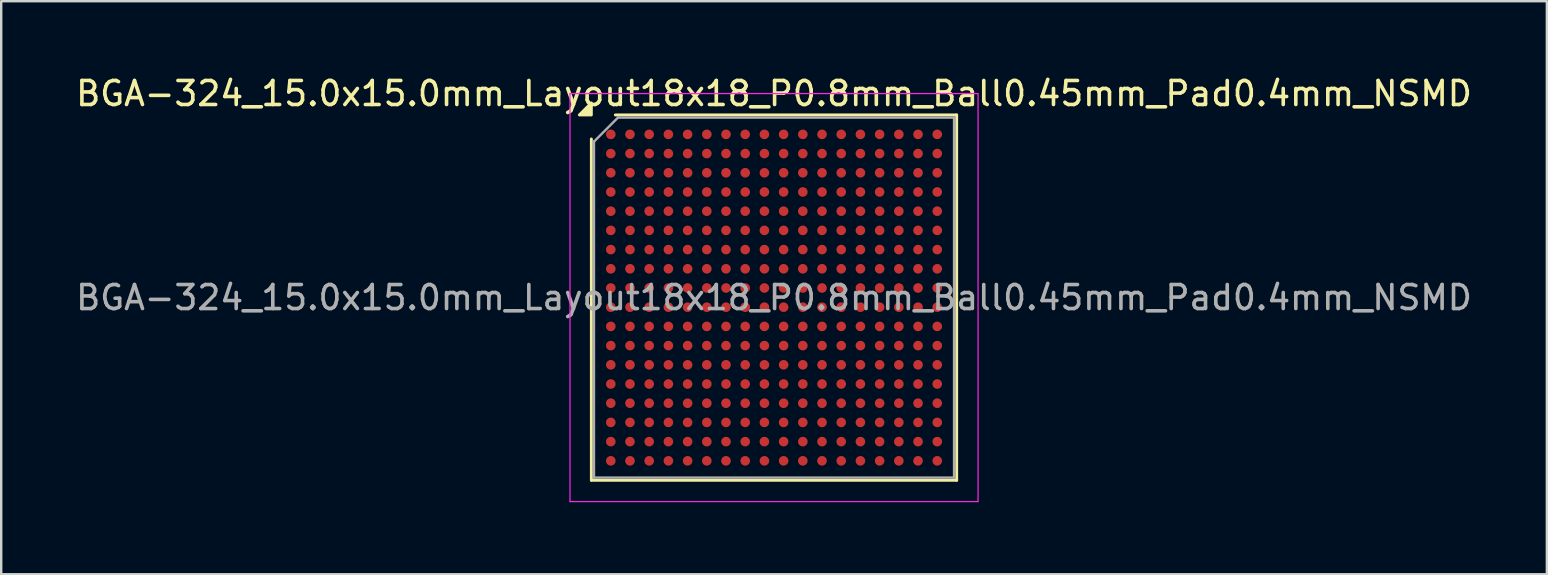
<source format=kicad_pcb>
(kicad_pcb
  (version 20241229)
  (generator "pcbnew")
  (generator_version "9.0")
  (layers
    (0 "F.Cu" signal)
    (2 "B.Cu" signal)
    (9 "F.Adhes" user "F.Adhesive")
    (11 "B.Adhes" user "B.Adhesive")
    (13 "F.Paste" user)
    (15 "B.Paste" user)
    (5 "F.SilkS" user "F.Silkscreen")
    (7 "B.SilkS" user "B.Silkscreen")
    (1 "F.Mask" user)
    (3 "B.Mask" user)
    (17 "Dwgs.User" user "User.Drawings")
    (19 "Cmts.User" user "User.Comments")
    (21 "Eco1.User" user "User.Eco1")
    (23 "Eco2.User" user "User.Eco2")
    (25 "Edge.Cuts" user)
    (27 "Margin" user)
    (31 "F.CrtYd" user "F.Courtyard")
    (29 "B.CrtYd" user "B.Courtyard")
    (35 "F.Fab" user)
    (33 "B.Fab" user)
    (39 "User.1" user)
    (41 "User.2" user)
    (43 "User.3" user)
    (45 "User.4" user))
  (footprint "BGA-324_15.0x15.0mm_Layout18x18_P0.8mm_Ball0.45mm_Pad0.4mm_NSMD"
    (layer "F.Cu")
    (at 29.196 9.348)
    (property "Reference" "BGA-324_15.0x15.0mm_Layout18x18_P0.8mm_Ball0.45mm_Pad0.4mm_NSMD" (at 0 -8.5 0) (layer "F.SilkS") (effects (font (size 1 1) (thickness 0.15))))
    (attr smd)
    (fp_line (start -7.61 7.61) (end -7.61 -6.61) (stroke (width 0.12) (type solid)) (layer "F.SilkS"))
    (fp_line (start -6.61 -7.61) (end 7.61 -7.61) (stroke (width 0.12) (type solid)) (layer "F.SilkS"))
    (fp_line (start 7.61 -7.61) (end 7.61 7.61) (stroke (width 0.12) (type solid)) (layer "F.SilkS"))
    (fp_line (start 7.61 7.61) (end -7.61 7.61) (stroke (width 0.12) (type solid)) (layer "F.SilkS"))
    (fp_poly (pts (xy -7.61 -7.61) (xy -8.11 -7.61) (xy -7.61 -8.11) (xy -7.61 -7.61)) (stroke (width 0.12) (type solid)) (fill yes) (layer "F.SilkS"))
    (fp_line (start -8.5 -8.5) (end -8.5 8.5) (stroke (width 0.05) (type solid)) (layer "F.CrtYd"))
    (fp_line (start -8.5 8.5) (end 8.5 8.5) (stroke (width 0.05) (type solid)) (layer "F.CrtYd"))
    (fp_line (start 8.5 -8.5) (end -8.5 -8.5) (stroke (width 0.05) (type solid)) (layer "F.CrtYd"))
    (fp_line (start 8.5 8.5) (end 8.5 -8.5) (stroke (width 0.05) (type solid)) (layer "F.CrtYd"))
    (fp_line (start -7.5 -6.5) (end -6.5 -7.5) (stroke (width 0.1) (type solid)) (layer "F.Fab"))
    (fp_line (start -7.5 7.5) (end -7.5 -6.5) (stroke (width 0.1) (type solid)) (layer "F.Fab"))
    (fp_line (start -6.5 -7.5) (end 7.5 -7.5) (stroke (width 0.1) (type solid)) (layer "F.Fab"))
    (fp_line (start 7.5 -7.5) (end 7.5 7.5) (stroke (width 0.1) (type solid)) (layer "F.Fab"))
    (fp_line (start 7.5 7.5) (end -7.5 7.5) (stroke (width 0.1) (type solid)) (layer "F.Fab"))
    (fp_text user "${REFERENCE}" (at 0 0 0) (layer "F.Fab") (effects (font (size 1 1) (thickness 0.15))))
    (pad "A1" smd circle (at -6.8 -6.8) (size 0.4 0.4) (property pad_prop_bga) (layers "F.Cu" "F.Mask" "F.Paste"))
    (pad "A2" smd circle (at -6 -6.8) (size 0.4 0.4) (property pad_prop_bga) (layers "F.Cu" "F.Mask" "F.Paste"))
    (pad "A3" smd circle (at -5.2 -6.8) (size 0.4 0.4) (property pad_prop_bga) (layers "F.Cu" "F.Mask" "F.Paste"))
    (pad "A4" smd circle (at -4.4 -6.8) (size 0.4 0.4) (property pad_prop_bga) (layers "F.Cu" "F.Mask" "F.Paste"))
    (pad "A5" smd circle (at -3.6 -6.8) (size 0.4 0.4) (property pad_prop_bga) (layers "F.Cu" "F.Mask" "F.Paste"))
    (pad "A6" smd circle (at -2.8 -6.8) (size 0.4 0.4) (property pad_prop_bga) (layers "F.Cu" "F.Mask" "F.Paste"))
    (pad "A7" smd circle (at -2 -6.8) (size 0.4 0.4) (property pad_prop_bga) (layers "F.Cu" "F.Mask" "F.Paste"))
    (pad "A8" smd circle (at -1.2 -6.8) (size 0.4 0.4) (property pad_prop_bga) (layers "F.Cu" "F.Mask" "F.Paste"))
    (pad "A9" smd circle (at -0.4 -6.8) (size 0.4 0.4) (property pad_prop_bga) (layers "F.Cu" "F.Mask" "F.Paste"))
    (pad "A10" smd circle (at 0.4 -6.8) (size 0.4 0.4) (property pad_prop_bga) (layers "F.Cu" "F.Mask" "F.Paste"))
    (pad "A11" smd circle (at 1.2 -6.8) (size 0.4 0.4) (property pad_prop_bga) (layers "F.Cu" "F.Mask" "F.Paste"))
    (pad "A12" smd circle (at 2 -6.8) (size 0.4 0.4) (property pad_prop_bga) (layers "F.Cu" "F.Mask" "F.Paste"))
    (pad "A13" smd circle (at 2.8 -6.8) (size 0.4 0.4) (property pad_prop_bga) (layers "F.Cu" "F.Mask" "F.Paste"))
    (pad "A14" smd circle (at 3.6 -6.8) (size 0.4 0.4) (property pad_prop_bga) (layers "F.Cu" "F.Mask" "F.Paste"))
    (pad "A15" smd circle (at 4.4 -6.8) (size 0.4 0.4) (property pad_prop_bga) (layers "F.Cu" "F.Mask" "F.Paste"))
    (pad "A16" smd circle (at 5.2 -6.8) (size 0.4 0.4) (property pad_prop_bga) (layers "F.Cu" "F.Mask" "F.Paste"))
    (pad "A17" smd circle (at 6 -6.8) (size 0.4 0.4) (property pad_prop_bga) (layers "F.Cu" "F.Mask" "F.Paste"))
    (pad "A18" smd circle (at 6.8 -6.8) (size 0.4 0.4) (property pad_prop_bga) (layers "F.Cu" "F.Mask" "F.Paste"))
    (pad "B1" smd circle (at -6.8 -6) (size 0.4 0.4) (property pad_prop_bga) (layers "F.Cu" "F.Mask" "F.Paste"))
    (pad "B2" smd circle (at -6 -6) (size 0.4 0.4) (property pad_prop_bga) (layers "F.Cu" "F.Mask" "F.Paste"))
    (pad "B3" smd circle (at -5.2 -6) (size 0.4 0.4) (property pad_prop_bga) (layers "F.Cu" "F.Mask" "F.Paste"))
    (pad "B4" smd circle (at -4.4 -6) (size 0.4 0.4) (property pad_prop_bga) (layers "F.Cu" "F.Mask" "F.Paste"))
    (pad "B5" smd circle (at -3.6 -6) (size 0.4 0.4) (property pad_prop_bga) (layers "F.Cu" "F.Mask" "F.Paste"))
    (pad "B6" smd circle (at -2.8 -6) (size 0.4 0.4) (property pad_prop_bga) (layers "F.Cu" "F.Mask" "F.Paste"))
    (pad "B7" smd circle (at -2 -6) (size 0.4 0.4) (property pad_prop_bga) (layers "F.Cu" "F.Mask" "F.Paste"))
    (pad "B8" smd circle (at -1.2 -6) (size 0.4 0.4) (property pad_prop_bga) (layers "F.Cu" "F.Mask" "F.Paste"))
    (pad "B9" smd circle (at -0.4 -6) (size 0.4 0.4) (property pad_prop_bga) (layers "F.Cu" "F.Mask" "F.Paste"))
    (pad "B10" smd circle (at 0.4 -6) (size 0.4 0.4) (property pad_prop_bga) (layers "F.Cu" "F.Mask" "F.Paste"))
    (pad "B11" smd circle (at 1.2 -6) (size 0.4 0.4) (property pad_prop_bga) (layers "F.Cu" "F.Mask" "F.Paste"))
    (pad "B12" smd circle (at 2 -6) (size 0.4 0.4) (property pad_prop_bga) (layers "F.Cu" "F.Mask" "F.Paste"))
    (pad "B13" smd circle (at 2.8 -6) (size 0.4 0.4) (property pad_prop_bga) (layers "F.Cu" "F.Mask" "F.Paste"))
    (pad "B14" smd circle (at 3.6 -6) (size 0.4 0.4) (property pad_prop_bga) (layers "F.Cu" "F.Mask" "F.Paste"))
    (pad "B15" smd circle (at 4.4 -6) (size 0.4 0.4) (property pad_prop_bga) (layers "F.Cu" "F.Mask" "F.Paste"))
    (pad "B16" smd circle (at 5.2 -6) (size 0.4 0.4) (property pad_prop_bga) (layers "F.Cu" "F.Mask" "F.Paste"))
    (pad "B17" smd circle (at 6 -6) (size 0.4 0.4) (property pad_prop_bga) (layers "F.Cu" "F.Mask" "F.Paste"))
    (pad "B18" smd circle (at 6.8 -6) (size 0.4 0.4) (property pad_prop_bga) (layers "F.Cu" "F.Mask" "F.Paste"))
    (pad "C1" smd circle (at -6.8 -5.2) (size 0.4 0.4) (property pad_prop_bga) (layers "F.Cu" "F.Mask" "F.Paste"))
    (pad "C2" smd circle (at -6 -5.2) (size 0.4 0.4) (property pad_prop_bga) (layers "F.Cu" "F.Mask" "F.Paste"))
    (pad "C3" smd circle (at -5.2 -5.2) (size 0.4 0.4) (property pad_prop_bga) (layers "F.Cu" "F.Mask" "F.Paste"))
    (pad "C4" smd circle (at -4.4 -5.2) (size 0.4 0.4) (property pad_prop_bga) (layers "F.Cu" "F.Mask" "F.Paste"))
    (pad "C5" smd circle (at -3.6 -5.2) (size 0.4 0.4) (property pad_prop_bga) (layers "F.Cu" "F.Mask" "F.Paste"))
    (pad "C6" smd circle (at -2.8 -5.2) (size 0.4 0.4) (property pad_prop_bga) (layers "F.Cu" "F.Mask" "F.Paste"))
    (pad "C7" smd circle (at -2 -5.2) (size 0.4 0.4) (property pad_prop_bga) (layers "F.Cu" "F.Mask" "F.Paste"))
    (pad "C8" smd circle (at -1.2 -5.2) (size 0.4 0.4) (property pad_prop_bga) (layers "F.Cu" "F.Mask" "F.Paste"))
    (pad "C9" smd circle (at -0.4 -5.2) (size 0.4 0.4) (property pad_prop_bga) (layers "F.Cu" "F.Mask" "F.Paste"))
    (pad "C10" smd circle (at 0.4 -5.2) (size 0.4 0.4) (property pad_prop_bga) (layers "F.Cu" "F.Mask" "F.Paste"))
    (pad "C11" smd circle (at 1.2 -5.2) (size 0.4 0.4) (property pad_prop_bga) (layers "F.Cu" "F.Mask" "F.Paste"))
    (pad "C12" smd circle (at 2 -5.2) (size 0.4 0.4) (property pad_prop_bga) (layers "F.Cu" "F.Mask" "F.Paste"))
    (pad "C13" smd circle (at 2.8 -5.2) (size 0.4 0.4) (property pad_prop_bga) (layers "F.Cu" "F.Mask" "F.Paste"))
    (pad "C14" smd circle (at 3.6 -5.2) (size 0.4 0.4) (property pad_prop_bga) (layers "F.Cu" "F.Mask" "F.Paste"))
    (pad "C15" smd circle (at 4.4 -5.2) (size 0.4 0.4) (property pad_prop_bga) (layers "F.Cu" "F.Mask" "F.Paste"))
    (pad "C16" smd circle (at 5.2 -5.2) (size 0.4 0.4) (property pad_prop_bga) (layers "F.Cu" "F.Mask" "F.Paste"))
    (pad "C17" smd circle (at 6 -5.2) (size 0.4 0.4) (property pad_prop_bga) (layers "F.Cu" "F.Mask" "F.Paste"))
    (pad "C18" smd circle (at 6.8 -5.2) (size 0.4 0.4) (property pad_prop_bga) (layers "F.Cu" "F.Mask" "F.Paste"))
    (pad "D1" smd circle (at -6.8 -4.4) (size 0.4 0.4) (property pad_prop_bga) (layers "F.Cu" "F.Mask" "F.Paste"))
    (pad "D2" smd circle (at -6 -4.4) (size 0.4 0.4) (property pad_prop_bga) (layers "F.Cu" "F.Mask" "F.Paste"))
    (pad "D3" smd circle (at -5.2 -4.4) (size 0.4 0.4) (property pad_prop_bga) (layers "F.Cu" "F.Mask" "F.Paste"))
    (pad "D4" smd circle (at -4.4 -4.4) (size 0.4 0.4) (property pad_prop_bga) (layers "F.Cu" "F.Mask" "F.Paste"))
    (pad "D5" smd circle (at -3.6 -4.4) (size 0.4 0.4) (property pad_prop_bga) (layers "F.Cu" "F.Mask" "F.Paste"))
    (pad "D6" smd circle (at -2.8 -4.4) (size 0.4 0.4) (property pad_prop_bga) (layers "F.Cu" "F.Mask" "F.Paste"))
    (pad "D7" smd circle (at -2 -4.4) (size 0.4 0.4) (property pad_prop_bga) (layers "F.Cu" "F.Mask" "F.Paste"))
    (pad "D8" smd circle (at -1.2 -4.4) (size 0.4 0.4) (property pad_prop_bga) (layers "F.Cu" "F.Mask" "F.Paste"))
    (pad "D9" smd circle (at -0.4 -4.4) (size 0.4 0.4) (property pad_prop_bga) (layers "F.Cu" "F.Mask" "F.Paste"))
    (pad "D10" smd circle (at 0.4 -4.4) (size 0.4 0.4) (property pad_prop_bga) (layers "F.Cu" "F.Mask" "F.Paste"))
    (pad "D11" smd circle (at 1.2 -4.4) (size 0.4 0.4) (property pad_prop_bga) (layers "F.Cu" "F.Mask" "F.Paste"))
    (pad "D12" smd circle (at 2 -4.4) (size 0.4 0.4) (property pad_prop_bga) (layers "F.Cu" "F.Mask" "F.Paste"))
    (pad "D13" smd circle (at 2.8 -4.4) (size 0.4 0.4) (property pad_prop_bga) (layers "F.Cu" "F.Mask" "F.Paste"))
    (pad "D14" smd circle (at 3.6 -4.4) (size 0.4 0.4) (property pad_prop_bga) (layers "F.Cu" "F.Mask" "F.Paste"))
    (pad "D15" smd circle (at 4.4 -4.4) (size 0.4 0.4) (property pad_prop_bga) (layers "F.Cu" "F.Mask" "F.Paste"))
    (pad "D16" smd circle (at 5.2 -4.4) (size 0.4 0.4) (property pad_prop_bga) (layers "F.Cu" "F.Mask" "F.Paste"))
    (pad "D17" smd circle (at 6 -4.4) (size 0.4 0.4) (property pad_prop_bga) (layers "F.Cu" "F.Mask" "F.Paste"))
    (pad "D18" smd circle (at 6.8 -4.4) (size 0.4 0.4) (property pad_prop_bga) (layers "F.Cu" "F.Mask" "F.Paste"))
    (pad "E1" smd circle (at -6.8 -3.6) (size 0.4 0.4) (property pad_prop_bga) (layers "F.Cu" "F.Mask" "F.Paste"))
    (pad "E2" smd circle (at -6 -3.6) (size 0.4 0.4) (property pad_prop_bga) (layers "F.Cu" "F.Mask" "F.Paste"))
    (pad "E3" smd circle (at -5.2 -3.6) (size 0.4 0.4) (property pad_prop_bga) (layers "F.Cu" "F.Mask" "F.Paste"))
    (pad "E4" smd circle (at -4.4 -3.6) (size 0.4 0.4) (property pad_prop_bga) (layers "F.Cu" "F.Mask" "F.Paste"))
    (pad "E5" smd circle (at -3.6 -3.6) (size 0.4 0.4) (property pad_prop_bga) (layers "F.Cu" "F.Mask" "F.Paste"))
    (pad "E6" smd circle (at -2.8 -3.6) (size 0.4 0.4) (property pad_prop_bga) (layers "F.Cu" "F.Mask" "F.Paste"))
    (pad "E7" smd circle (at -2 -3.6) (size 0.4 0.4) (property pad_prop_bga) (layers "F.Cu" "F.Mask" "F.Paste"))
    (pad "E8" smd circle (at -1.2 -3.6) (size 0.4 0.4) (property pad_prop_bga) (layers "F.Cu" "F.Mask" "F.Paste"))
    (pad "E9" smd circle (at -0.4 -3.6) (size 0.4 0.4) (property pad_prop_bga) (layers "F.Cu" "F.Mask" "F.Paste"))
    (pad "E10" smd circle (at 0.4 -3.6) (size 0.4 0.4) (property pad_prop_bga) (layers "F.Cu" "F.Mask" "F.Paste"))
    (pad "E11" smd circle (at 1.2 -3.6) (size 0.4 0.4) (property pad_prop_bga) (layers "F.Cu" "F.Mask" "F.Paste"))
    (pad "E12" smd circle (at 2 -3.6) (size 0.4 0.4) (property pad_prop_bga) (layers "F.Cu" "F.Mask" "F.Paste"))
    (pad "E13" smd circle (at 2.8 -3.6) (size 0.4 0.4) (property pad_prop_bga) (layers "F.Cu" "F.Mask" "F.Paste"))
    (pad "E14" smd circle (at 3.6 -3.6) (size 0.4 0.4) (property pad_prop_bga) (layers "F.Cu" "F.Mask" "F.Paste"))
    (pad "E15" smd circle (at 4.4 -3.6) (size 0.4 0.4) (property pad_prop_bga) (layers "F.Cu" "F.Mask" "F.Paste"))
    (pad "E16" smd circle (at 5.2 -3.6) (size 0.4 0.4) (property pad_prop_bga) (layers "F.Cu" "F.Mask" "F.Paste"))
    (pad "E17" smd circle (at 6 -3.6) (size 0.4 0.4) (property pad_prop_bga) (layers "F.Cu" "F.Mask" "F.Paste"))
    (pad "E18" smd circle (at 6.8 -3.6) (size 0.4 0.4) (property pad_prop_bga) (layers "F.Cu" "F.Mask" "F.Paste"))
    (pad "F1" smd circle (at -6.8 -2.8) (size 0.4 0.4) (property pad_prop_bga) (layers "F.Cu" "F.Mask" "F.Paste"))
    (pad "F2" smd circle (at -6 -2.8) (size 0.4 0.4) (property pad_prop_bga) (layers "F.Cu" "F.Mask" "F.Paste"))
    (pad "F3" smd circle (at -5.2 -2.8) (size 0.4 0.4) (property pad_prop_bga) (layers "F.Cu" "F.Mask" "F.Paste"))
    (pad "F4" smd circle (at -4.4 -2.8) (size 0.4 0.4) (property pad_prop_bga) (layers "F.Cu" "F.Mask" "F.Paste"))
    (pad "F5" smd circle (at -3.6 -2.8) (size 0.4 0.4) (property pad_prop_bga) (layers "F.Cu" "F.Mask" "F.Paste"))
    (pad "F6" smd circle (at -2.8 -2.8) (size 0.4 0.4) (property pad_prop_bga) (layers "F.Cu" "F.Mask" "F.Paste"))
    (pad "F7" smd circle (at -2 -2.8) (size 0.4 0.4) (property pad_prop_bga) (layers "F.Cu" "F.Mask" "F.Paste"))
    (pad "F8" smd circle (at -1.2 -2.8) (size 0.4 0.4) (property pad_prop_bga) (layers "F.Cu" "F.Mask" "F.Paste"))
    (pad "F9" smd circle (at -0.4 -2.8) (size 0.4 0.4) (property pad_prop_bga) (layers "F.Cu" "F.Mask" "F.Paste"))
    (pad "F10" smd circle (at 0.4 -2.8) (size 0.4 0.4) (property pad_prop_bga) (layers "F.Cu" "F.Mask" "F.Paste"))
    (pad "F11" smd circle (at 1.2 -2.8) (size 0.4 0.4) (property pad_prop_bga) (layers "F.Cu" "F.Mask" "F.Paste"))
    (pad "F12" smd circle (at 2 -2.8) (size 0.4 0.4) (property pad_prop_bga) (layers "F.Cu" "F.Mask" "F.Paste"))
    (pad "F13" smd circle (at 2.8 -2.8) (size 0.4 0.4) (property pad_prop_bga) (layers "F.Cu" "F.Mask" "F.Paste"))
    (pad "F14" smd circle (at 3.6 -2.8) (size 0.4 0.4) (property pad_prop_bga) (layers "F.Cu" "F.Mask" "F.Paste"))
    (pad "F15" smd circle (at 4.4 -2.8) (size 0.4 0.4) (property pad_prop_bga) (layers "F.Cu" "F.Mask" "F.Paste"))
    (pad "F16" smd circle (at 5.2 -2.8) (size 0.4 0.4) (property pad_prop_bga) (layers "F.Cu" "F.Mask" "F.Paste"))
    (pad "F17" smd circle (at 6 -2.8) (size 0.4 0.4) (property pad_prop_bga) (layers "F.Cu" "F.Mask" "F.Paste"))
    (pad "F18" smd circle (at 6.8 -2.8) (size 0.4 0.4) (property pad_prop_bga) (layers "F.Cu" "F.Mask" "F.Paste"))
    (pad "G1" smd circle (at -6.8 -2) (size 0.4 0.4) (property pad_prop_bga) (layers "F.Cu" "F.Mask" "F.Paste"))
    (pad "G2" smd circle (at -6 -2) (size 0.4 0.4) (property pad_prop_bga) (layers "F.Cu" "F.Mask" "F.Paste"))
    (pad "G3" smd circle (at -5.2 -2) (size 0.4 0.4) (property pad_prop_bga) (layers "F.Cu" "F.Mask" "F.Paste"))
    (pad "G4" smd circle (at -4.4 -2) (size 0.4 0.4) (property pad_prop_bga) (layers "F.Cu" "F.Mask" "F.Paste"))
    (pad "G5" smd circle (at -3.6 -2) (size 0.4 0.4) (property pad_prop_bga) (layers "F.Cu" "F.Mask" "F.Paste"))
    (pad "G6" smd circle (at -2.8 -2) (size 0.4 0.4) (property pad_prop_bga) (layers "F.Cu" "F.Mask" "F.Paste"))
    (pad "G7" smd circle (at -2 -2) (size 0.4 0.4) (property pad_prop_bga) (layers "F.Cu" "F.Mask" "F.Paste"))
    (pad "G8" smd circle (at -1.2 -2) (size 0.4 0.4) (property pad_prop_bga) (layers "F.Cu" "F.Mask" "F.Paste"))
    (pad "G9" smd circle (at -0.4 -2) (size 0.4 0.4) (property pad_prop_bga) (layers "F.Cu" "F.Mask" "F.Paste"))
    (pad "G10" smd circle (at 0.4 -2) (size 0.4 0.4) (property pad_prop_bga) (layers "F.Cu" "F.Mask" "F.Paste"))
    (pad "G11" smd circle (at 1.2 -2) (size 0.4 0.4) (property pad_prop_bga) (layers "F.Cu" "F.Mask" "F.Paste"))
    (pad "G12" smd circle (at 2 -2) (size 0.4 0.4) (property pad_prop_bga) (layers "F.Cu" "F.Mask" "F.Paste"))
    (pad "G13" smd circle (at 2.8 -2) (size 0.4 0.4) (property pad_prop_bga) (layers "F.Cu" "F.Mask" "F.Paste"))
    (pad "G14" smd circle (at 3.6 -2) (size 0.4 0.4) (property pad_prop_bga) (layers "F.Cu" "F.Mask" "F.Paste"))
    (pad "G15" smd circle (at 4.4 -2) (size 0.4 0.4) (property pad_prop_bga) (layers "F.Cu" "F.Mask" "F.Paste"))
    (pad "G16" smd circle (at 5.2 -2) (size 0.4 0.4) (property pad_prop_bga) (layers "F.Cu" "F.Mask" "F.Paste"))
    (pad "G17" smd circle (at 6 -2) (size 0.4 0.4) (property pad_prop_bga) (layers "F.Cu" "F.Mask" "F.Paste"))
    (pad "G18" smd circle (at 6.8 -2) (size 0.4 0.4) (property pad_prop_bga) (layers "F.Cu" "F.Mask" "F.Paste"))
    (pad "H1" smd circle (at -6.8 -1.2) (size 0.4 0.4) (property pad_prop_bga) (layers "F.Cu" "F.Mask" "F.Paste"))
    (pad "H2" smd circle (at -6 -1.2) (size 0.4 0.4) (property pad_prop_bga) (layers "F.Cu" "F.Mask" "F.Paste"))
    (pad "H3" smd circle (at -5.2 -1.2) (size 0.4 0.4) (property pad_prop_bga) (layers "F.Cu" "F.Mask" "F.Paste"))
    (pad "H4" smd circle (at -4.4 -1.2) (size 0.4 0.4) (property pad_prop_bga) (layers "F.Cu" "F.Mask" "F.Paste"))
    (pad "H5" smd circle (at -3.6 -1.2) (size 0.4 0.4) (property pad_prop_bga) (layers "F.Cu" "F.Mask" "F.Paste"))
    (pad "H6" smd circle (at -2.8 -1.2) (size 0.4 0.4) (property pad_prop_bga) (layers "F.Cu" "F.Mask" "F.Paste"))
    (pad "H7" smd circle (at -2 -1.2) (size 0.4 0.4) (property pad_prop_bga) (layers "F.Cu" "F.Mask" "F.Paste"))
    (pad "H8" smd circle (at -1.2 -1.2) (size 0.4 0.4) (property pad_prop_bga) (layers "F.Cu" "F.Mask" "F.Paste"))
    (pad "H9" smd circle (at -0.4 -1.2) (size 0.4 0.4) (property pad_prop_bga) (layers "F.Cu" "F.Mask" "F.Paste"))
    (pad "H10" smd circle (at 0.4 -1.2) (size 0.4 0.4) (property pad_prop_bga) (layers "F.Cu" "F.Mask" "F.Paste"))
    (pad "H11" smd circle (at 1.2 -1.2) (size 0.4 0.4) (property pad_prop_bga) (layers "F.Cu" "F.Mask" "F.Paste"))
    (pad "H12" smd circle (at 2 -1.2) (size 0.4 0.4) (property pad_prop_bga) (layers "F.Cu" "F.Mask" "F.Paste"))
    (pad "H13" smd circle (at 2.8 -1.2) (size 0.4 0.4) (property pad_prop_bga) (layers "F.Cu" "F.Mask" "F.Paste"))
    (pad "H14" smd circle (at 3.6 -1.2) (size 0.4 0.4) (property pad_prop_bga) (layers "F.Cu" "F.Mask" "F.Paste"))
    (pad "H15" smd circle (at 4.4 -1.2) (size 0.4 0.4) (property pad_prop_bga) (layers "F.Cu" "F.Mask" "F.Paste"))
    (pad "H16" smd circle (at 5.2 -1.2) (size 0.4 0.4) (property pad_prop_bga) (layers "F.Cu" "F.Mask" "F.Paste"))
    (pad "H17" smd circle (at 6 -1.2) (size 0.4 0.4) (property pad_prop_bga) (layers "F.Cu" "F.Mask" "F.Paste"))
    (pad "H18" smd circle (at 6.8 -1.2) (size 0.4 0.4) (property pad_prop_bga) (layers "F.Cu" "F.Mask" "F.Paste"))
    (pad "J1" smd circle (at -6.8 -0.4) (size 0.4 0.4) (property pad_prop_bga) (layers "F.Cu" "F.Mask" "F.Paste"))
    (pad "J2" smd circle (at -6 -0.4) (size 0.4 0.4) (property pad_prop_bga) (layers "F.Cu" "F.Mask" "F.Paste"))
    (pad "J3" smd circle (at -5.2 -0.4) (size 0.4 0.4) (property pad_prop_bga) (layers "F.Cu" "F.Mask" "F.Paste"))
    (pad "J4" smd circle (at -4.4 -0.4) (size 0.4 0.4) (property pad_prop_bga) (layers "F.Cu" "F.Mask" "F.Paste"))
    (pad "J5" smd circle (at -3.6 -0.4) (size 0.4 0.4) (property pad_prop_bga) (layers "F.Cu" "F.Mask" "F.Paste"))
    (pad "J6" smd circle (at -2.8 -0.4) (size 0.4 0.4) (property pad_prop_bga) (layers "F.Cu" "F.Mask" "F.Paste"))
    (pad "J7" smd circle (at -2 -0.4) (size 0.4 0.4) (property pad_prop_bga) (layers "F.Cu" "F.Mask" "F.Paste"))
    (pad "J8" smd circle (at -1.2 -0.4) (size 0.4 0.4) (property pad_prop_bga) (layers "F.Cu" "F.Mask" "F.Paste"))
    (pad "J9" smd circle (at -0.4 -0.4) (size 0.4 0.4) (property pad_prop_bga) (layers "F.Cu" "F.Mask" "F.Paste"))
    (pad "J10" smd circle (at 0.4 -0.4) (size 0.4 0.4) (property pad_prop_bga) (layers "F.Cu" "F.Mask" "F.Paste"))
    (pad "J11" smd circle (at 1.2 -0.4) (size 0.4 0.4) (property pad_prop_bga) (layers "F.Cu" "F.Mask" "F.Paste"))
    (pad "J12" smd circle (at 2 -0.4) (size 0.4 0.4) (property pad_prop_bga) (layers "F.Cu" "F.Mask" "F.Paste"))
    (pad "J13" smd circle (at 2.8 -0.4) (size 0.4 0.4) (property pad_prop_bga) (layers "F.Cu" "F.Mask" "F.Paste"))
    (pad "J14" smd circle (at 3.6 -0.4) (size 0.4 0.4) (property pad_prop_bga) (layers "F.Cu" "F.Mask" "F.Paste"))
    (pad "J15" smd circle (at 4.4 -0.4) (size 0.4 0.4) (property pad_prop_bga) (layers "F.Cu" "F.Mask" "F.Paste"))
    (pad "J16" smd circle (at 5.2 -0.4) (size 0.4 0.4) (property pad_prop_bga) (layers "F.Cu" "F.Mask" "F.Paste"))
    (pad "J17" smd circle (at 6 -0.4) (size 0.4 0.4) (property pad_prop_bga) (layers "F.Cu" "F.Mask" "F.Paste"))
    (pad "J18" smd circle (at 6.8 -0.4) (size 0.4 0.4) (property pad_prop_bga) (layers "F.Cu" "F.Mask" "F.Paste"))
    (pad "K1" smd circle (at -6.8 0.4) (size 0.4 0.4) (property pad_prop_bga) (layers "F.Cu" "F.Mask" "F.Paste"))
    (pad "K2" smd circle (at -6 0.4) (size 0.4 0.4) (property pad_prop_bga) (layers "F.Cu" "F.Mask" "F.Paste"))
    (pad "K3" smd circle (at -5.2 0.4) (size 0.4 0.4) (property pad_prop_bga) (layers "F.Cu" "F.Mask" "F.Paste"))
    (pad "K4" smd circle (at -4.4 0.4) (size 0.4 0.4) (property pad_prop_bga) (layers "F.Cu" "F.Mask" "F.Paste"))
    (pad "K5" smd circle (at -3.6 0.4) (size 0.4 0.4) (property pad_prop_bga) (layers "F.Cu" "F.Mask" "F.Paste"))
    (pad "K6" smd circle (at -2.8 0.4) (size 0.4 0.4) (property pad_prop_bga) (layers "F.Cu" "F.Mask" "F.Paste"))
    (pad "K7" smd circle (at -2 0.4) (size 0.4 0.4) (property pad_prop_bga) (layers "F.Cu" "F.Mask" "F.Paste"))
    (pad "K8" smd circle (at -1.2 0.4) (size 0.4 0.4) (property pad_prop_bga) (layers "F.Cu" "F.Mask" "F.Paste"))
    (pad "K9" smd circle (at -0.4 0.4) (size 0.4 0.4) (property pad_prop_bga) (layers "F.Cu" "F.Mask" "F.Paste"))
    (pad "K10" smd circle (at 0.4 0.4) (size 0.4 0.4) (property pad_prop_bga) (layers "F.Cu" "F.Mask" "F.Paste"))
    (pad "K11" smd circle (at 1.2 0.4) (size 0.4 0.4) (property pad_prop_bga) (layers "F.Cu" "F.Mask" "F.Paste"))
    (pad "K12" smd circle (at 2 0.4) (size 0.4 0.4) (property pad_prop_bga) (layers "F.Cu" "F.Mask" "F.Paste"))
    (pad "K13" smd circle (at 2.8 0.4) (size 0.4 0.4) (property pad_prop_bga) (layers "F.Cu" "F.Mask" "F.Paste"))
    (pad "K14" smd circle (at 3.6 0.4) (size 0.4 0.4) (property pad_prop_bga) (layers "F.Cu" "F.Mask" "F.Paste"))
    (pad "K15" smd circle (at 4.4 0.4) (size 0.4 0.4) (property pad_prop_bga) (layers "F.Cu" "F.Mask" "F.Paste"))
    (pad "K16" smd circle (at 5.2 0.4) (size 0.4 0.4) (property pad_prop_bga) (layers "F.Cu" "F.Mask" "F.Paste"))
    (pad "K17" smd circle (at 6 0.4) (size 0.4 0.4) (property pad_prop_bga) (layers "F.Cu" "F.Mask" "F.Paste"))
    (pad "K18" smd circle (at 6.8 0.4) (size 0.4 0.4) (property pad_prop_bga) (layers "F.Cu" "F.Mask" "F.Paste"))
    (pad "L1" smd circle (at -6.8 1.2) (size 0.4 0.4) (property pad_prop_bga) (layers "F.Cu" "F.Mask" "F.Paste"))
    (pad "L2" smd circle (at -6 1.2) (size 0.4 0.4) (property pad_prop_bga) (layers "F.Cu" "F.Mask" "F.Paste"))
    (pad "L3" smd circle (at -5.2 1.2) (size 0.4 0.4) (property pad_prop_bga) (layers "F.Cu" "F.Mask" "F.Paste"))
    (pad "L4" smd circle (at -4.4 1.2) (size 0.4 0.4) (property pad_prop_bga) (layers "F.Cu" "F.Mask" "F.Paste"))
    (pad "L5" smd circle (at -3.6 1.2) (size 0.4 0.4) (property pad_prop_bga) (layers "F.Cu" "F.Mask" "F.Paste"))
    (pad "L6" smd circle (at -2.8 1.2) (size 0.4 0.4) (property pad_prop_bga) (layers "F.Cu" "F.Mask" "F.Paste"))
    (pad "L7" smd circle (at -2 1.2) (size 0.4 0.4) (property pad_prop_bga) (layers "F.Cu" "F.Mask" "F.Paste"))
    (pad "L8" smd circle (at -1.2 1.2) (size 0.4 0.4) (property pad_prop_bga) (layers "F.Cu" "F.Mask" "F.Paste"))
    (pad "L9" smd circle (at -0.4 1.2) (size 0.4 0.4) (property pad_prop_bga) (layers "F.Cu" "F.Mask" "F.Paste"))
    (pad "L10" smd circle (at 0.4 1.2) (size 0.4 0.4) (property pad_prop_bga) (layers "F.Cu" "F.Mask" "F.Paste"))
    (pad "L11" smd circle (at 1.2 1.2) (size 0.4 0.4) (property pad_prop_bga) (layers "F.Cu" "F.Mask" "F.Paste"))
    (pad "L12" smd circle (at 2 1.2) (size 0.4 0.4) (property pad_prop_bga) (layers "F.Cu" "F.Mask" "F.Paste"))
    (pad "L13" smd circle (at 2.8 1.2) (size 0.4 0.4) (property pad_prop_bga) (layers "F.Cu" "F.Mask" "F.Paste"))
    (pad "L14" smd circle (at 3.6 1.2) (size 0.4 0.4) (property pad_prop_bga) (layers "F.Cu" "F.Mask" "F.Paste"))
    (pad "L15" smd circle (at 4.4 1.2) (size 0.4 0.4) (property pad_prop_bga) (layers "F.Cu" "F.Mask" "F.Paste"))
    (pad "L16" smd circle (at 5.2 1.2) (size 0.4 0.4) (property pad_prop_bga) (layers "F.Cu" "F.Mask" "F.Paste"))
    (pad "L17" smd circle (at 6 1.2) (size 0.4 0.4) (property pad_prop_bga) (layers "F.Cu" "F.Mask" "F.Paste"))
    (pad "L18" smd circle (at 6.8 1.2) (size 0.4 0.4) (property pad_prop_bga) (layers "F.Cu" "F.Mask" "F.Paste"))
    (pad "M1" smd circle (at -6.8 2) (size 0.4 0.4) (property pad_prop_bga) (layers "F.Cu" "F.Mask" "F.Paste"))
    (pad "M2" smd circle (at -6 2) (size 0.4 0.4) (property pad_prop_bga) (layers "F.Cu" "F.Mask" "F.Paste"))
    (pad "M3" smd circle (at -5.2 2) (size 0.4 0.4) (property pad_prop_bga) (layers "F.Cu" "F.Mask" "F.Paste"))
    (pad "M4" smd circle (at -4.4 2) (size 0.4 0.4) (property pad_prop_bga) (layers "F.Cu" "F.Mask" "F.Paste"))
    (pad "M5" smd circle (at -3.6 2) (size 0.4 0.4) (property pad_prop_bga) (layers "F.Cu" "F.Mask" "F.Paste"))
    (pad "M6" smd circle (at -2.8 2) (size 0.4 0.4) (property pad_prop_bga) (layers "F.Cu" "F.Mask" "F.Paste"))
    (pad "M7" smd circle (at -2 2) (size 0.4 0.4) (property pad_prop_bga) (layers "F.Cu" "F.Mask" "F.Paste"))
    (pad "M8" smd circle (at -1.2 2) (size 0.4 0.4) (property pad_prop_bga) (layers "F.Cu" "F.Mask" "F.Paste"))
    (pad "M9" smd circle (at -0.4 2) (size 0.4 0.4) (property pad_prop_bga) (layers "F.Cu" "F.Mask" "F.Paste"))
    (pad "M10" smd circle (at 0.4 2) (size 0.4 0.4) (property pad_prop_bga) (layers "F.Cu" "F.Mask" "F.Paste"))
    (pad "M11" smd circle (at 1.2 2) (size 0.4 0.4) (property pad_prop_bga) (layers "F.Cu" "F.Mask" "F.Paste"))
    (pad "M12" smd circle (at 2 2) (size 0.4 0.4) (property pad_prop_bga) (layers "F.Cu" "F.Mask" "F.Paste"))
    (pad "M13" smd circle (at 2.8 2) (size 0.4 0.4) (property pad_prop_bga) (layers "F.Cu" "F.Mask" "F.Paste"))
    (pad "M14" smd circle (at 3.6 2) (size 0.4 0.4) (property pad_prop_bga) (layers "F.Cu" "F.Mask" "F.Paste"))
    (pad "M15" smd circle (at 4.4 2) (size 0.4 0.4) (property pad_prop_bga) (layers "F.Cu" "F.Mask" "F.Paste"))
    (pad "M16" smd circle (at 5.2 2) (size 0.4 0.4) (property pad_prop_bga) (layers "F.Cu" "F.Mask" "F.Paste"))
    (pad "M17" smd circle (at 6 2) (size 0.4 0.4) (property pad_prop_bga) (layers "F.Cu" "F.Mask" "F.Paste"))
    (pad "M18" smd circle (at 6.8 2) (size 0.4 0.4) (property pad_prop_bga) (layers "F.Cu" "F.Mask" "F.Paste"))
    (pad "N1" smd circle (at -6.8 2.8) (size 0.4 0.4) (property pad_prop_bga) (layers "F.Cu" "F.Mask" "F.Paste"))
    (pad "N2" smd circle (at -6 2.8) (size 0.4 0.4) (property pad_prop_bga) (layers "F.Cu" "F.Mask" "F.Paste"))
    (pad "N3" smd circle (at -5.2 2.8) (size 0.4 0.4) (property pad_prop_bga) (layers "F.Cu" "F.Mask" "F.Paste"))
    (pad "N4" smd circle (at -4.4 2.8) (size 0.4 0.4) (property pad_prop_bga) (layers "F.Cu" "F.Mask" "F.Paste"))
    (pad "N5" smd circle (at -3.6 2.8) (size 0.4 0.4) (property pad_prop_bga) (layers "F.Cu" "F.Mask" "F.Paste"))
    (pad "N6" smd circle (at -2.8 2.8) (size 0.4 0.4) (property pad_prop_bga) (layers "F.Cu" "F.Mask" "F.Paste"))
    (pad "N7" smd circle (at -2 2.8) (size 0.4 0.4) (property pad_prop_bga) (layers "F.Cu" "F.Mask" "F.Paste"))
    (pad "N8" smd circle (at -1.2 2.8) (size 0.4 0.4) (property pad_prop_bga) (layers "F.Cu" "F.Mask" "F.Paste"))
    (pad "N9" smd circle (at -0.4 2.8) (size 0.4 0.4) (property pad_prop_bga) (layers "F.Cu" "F.Mask" "F.Paste"))
    (pad "N10" smd circle (at 0.4 2.8) (size 0.4 0.4) (property pad_prop_bga) (layers "F.Cu" "F.Mask" "F.Paste"))
    (pad "N11" smd circle (at 1.2 2.8) (size 0.4 0.4) (property pad_prop_bga) (layers "F.Cu" "F.Mask" "F.Paste"))
    (pad "N12" smd circle (at 2 2.8) (size 0.4 0.4) (property pad_prop_bga) (layers "F.Cu" "F.Mask" "F.Paste"))
    (pad "N13" smd circle (at 2.8 2.8) (size 0.4 0.4) (property pad_prop_bga) (layers "F.Cu" "F.Mask" "F.Paste"))
    (pad "N14" smd circle (at 3.6 2.8) (size 0.4 0.4) (property pad_prop_bga) (layers "F.Cu" "F.Mask" "F.Paste"))
    (pad "N15" smd circle (at 4.4 2.8) (size 0.4 0.4) (property pad_prop_bga) (layers "F.Cu" "F.Mask" "F.Paste"))
    (pad "N16" smd circle (at 5.2 2.8) (size 0.4 0.4) (property pad_prop_bga) (layers "F.Cu" "F.Mask" "F.Paste"))
    (pad "N17" smd circle (at 6 2.8) (size 0.4 0.4) (property pad_prop_bga) (layers "F.Cu" "F.Mask" "F.Paste"))
    (pad "N18" smd circle (at 6.8 2.8) (size 0.4 0.4) (property pad_prop_bga) (layers "F.Cu" "F.Mask" "F.Paste"))
    (pad "P1" smd circle (at -6.8 3.6) (size 0.4 0.4) (property pad_prop_bga) (layers "F.Cu" "F.Mask" "F.Paste"))
    (pad "P2" smd circle (at -6 3.6) (size 0.4 0.4) (property pad_prop_bga) (layers "F.Cu" "F.Mask" "F.Paste"))
    (pad "P3" smd circle (at -5.2 3.6) (size 0.4 0.4) (property pad_prop_bga) (layers "F.Cu" "F.Mask" "F.Paste"))
    (pad "P4" smd circle (at -4.4 3.6) (size 0.4 0.4) (property pad_prop_bga) (layers "F.Cu" "F.Mask" "F.Paste"))
    (pad "P5" smd circle (at -3.6 3.6) (size 0.4 0.4) (property pad_prop_bga) (layers "F.Cu" "F.Mask" "F.Paste"))
    (pad "P6" smd circle (at -2.8 3.6) (size 0.4 0.4) (property pad_prop_bga) (layers "F.Cu" "F.Mask" "F.Paste"))
    (pad "P7" smd circle (at -2 3.6) (size 0.4 0.4) (property pad_prop_bga) (layers "F.Cu" "F.Mask" "F.Paste"))
    (pad "P8" smd circle (at -1.2 3.6) (size 0.4 0.4) (property pad_prop_bga) (layers "F.Cu" "F.Mask" "F.Paste"))
    (pad "P9" smd circle (at -0.4 3.6) (size 0.4 0.4) (property pad_prop_bga) (layers "F.Cu" "F.Mask" "F.Paste"))
    (pad "P10" smd circle (at 0.4 3.6) (size 0.4 0.4) (property pad_prop_bga) (layers "F.Cu" "F.Mask" "F.Paste"))
    (pad "P11" smd circle (at 1.2 3.6) (size 0.4 0.4) (property pad_prop_bga) (layers "F.Cu" "F.Mask" "F.Paste"))
    (pad "P12" smd circle (at 2 3.6) (size 0.4 0.4) (property pad_prop_bga) (layers "F.Cu" "F.Mask" "F.Paste"))
    (pad "P13" smd circle (at 2.8 3.6) (size 0.4 0.4) (property pad_prop_bga) (layers "F.Cu" "F.Mask" "F.Paste"))
    (pad "P14" smd circle (at 3.6 3.6) (size 0.4 0.4) (property pad_prop_bga) (layers "F.Cu" "F.Mask" "F.Paste"))
    (pad "P15" smd circle (at 4.4 3.6) (size 0.4 0.4) (property pad_prop_bga) (layers "F.Cu" "F.Mask" "F.Paste"))
    (pad "P16" smd circle (at 5.2 3.6) (size 0.4 0.4) (property pad_prop_bga) (layers "F.Cu" "F.Mask" "F.Paste"))
    (pad "P17" smd circle (at 6 3.6) (size 0.4 0.4) (property pad_prop_bga) (layers "F.Cu" "F.Mask" "F.Paste"))
    (pad "P18" smd circle (at 6.8 3.6) (size 0.4 0.4) (property pad_prop_bga) (layers "F.Cu" "F.Mask" "F.Paste"))
    (pad "R1" smd circle (at -6.8 4.4) (size 0.4 0.4) (property pad_prop_bga) (layers "F.Cu" "F.Mask" "F.Paste"))
    (pad "R2" smd circle (at -6 4.4) (size 0.4 0.4) (property pad_prop_bga) (layers "F.Cu" "F.Mask" "F.Paste"))
    (pad "R3" smd circle (at -5.2 4.4) (size 0.4 0.4) (property pad_prop_bga) (layers "F.Cu" "F.Mask" "F.Paste"))
    (pad "R4" smd circle (at -4.4 4.4) (size 0.4 0.4) (property pad_prop_bga) (layers "F.Cu" "F.Mask" "F.Paste"))
    (pad "R5" smd circle (at -3.6 4.4) (size 0.4 0.4) (property pad_prop_bga) (layers "F.Cu" "F.Mask" "F.Paste"))
    (pad "R6" smd circle (at -2.8 4.4) (size 0.4 0.4) (property pad_prop_bga) (layers "F.Cu" "F.Mask" "F.Paste"))
    (pad "R7" smd circle (at -2 4.4) (size 0.4 0.4) (property pad_prop_bga) (layers "F.Cu" "F.Mask" "F.Paste"))
    (pad "R8" smd circle (at -1.2 4.4) (size 0.4 0.4) (property pad_prop_bga) (layers "F.Cu" "F.Mask" "F.Paste"))
    (pad "R9" smd circle (at -0.4 4.4) (size 0.4 0.4) (property pad_prop_bga) (layers "F.Cu" "F.Mask" "F.Paste"))
    (pad "R10" smd circle (at 0.4 4.4) (size 0.4 0.4) (property pad_prop_bga) (layers "F.Cu" "F.Mask" "F.Paste"))
    (pad "R11" smd circle (at 1.2 4.4) (size 0.4 0.4) (property pad_prop_bga) (layers "F.Cu" "F.Mask" "F.Paste"))
    (pad "R12" smd circle (at 2 4.4) (size 0.4 0.4) (property pad_prop_bga) (layers "F.Cu" "F.Mask" "F.Paste"))
    (pad "R13" smd circle (at 2.8 4.4) (size 0.4 0.4) (property pad_prop_bga) (layers "F.Cu" "F.Mask" "F.Paste"))
    (pad "R14" smd circle (at 3.6 4.4) (size 0.4 0.4) (property pad_prop_bga) (layers "F.Cu" "F.Mask" "F.Paste"))
    (pad "R15" smd circle (at 4.4 4.4) (size 0.4 0.4) (property pad_prop_bga) (layers "F.Cu" "F.Mask" "F.Paste"))
    (pad "R16" smd circle (at 5.2 4.4) (size 0.4 0.4) (property pad_prop_bga) (layers "F.Cu" "F.Mask" "F.Paste"))
    (pad "R17" smd circle (at 6 4.4) (size 0.4 0.4) (property pad_prop_bga) (layers "F.Cu" "F.Mask" "F.Paste"))
    (pad "R18" smd circle (at 6.8 4.4) (size 0.4 0.4) (property pad_prop_bga) (layers "F.Cu" "F.Mask" "F.Paste"))
    (pad "T1" smd circle (at -6.8 5.2) (size 0.4 0.4) (property pad_prop_bga) (layers "F.Cu" "F.Mask" "F.Paste"))
    (pad "T2" smd circle (at -6 5.2) (size 0.4 0.4) (property pad_prop_bga) (layers "F.Cu" "F.Mask" "F.Paste"))
    (pad "T3" smd circle (at -5.2 5.2) (size 0.4 0.4) (property pad_prop_bga) (layers "F.Cu" "F.Mask" "F.Paste"))
    (pad "T4" smd circle (at -4.4 5.2) (size 0.4 0.4) (property pad_prop_bga) (layers "F.Cu" "F.Mask" "F.Paste"))
    (pad "T5" smd circle (at -3.6 5.2) (size 0.4 0.4) (property pad_prop_bga) (layers "F.Cu" "F.Mask" "F.Paste"))
    (pad "T6" smd circle (at -2.8 5.2) (size 0.4 0.4) (property pad_prop_bga) (layers "F.Cu" "F.Mask" "F.Paste"))
    (pad "T7" smd circle (at -2 5.2) (size 0.4 0.4) (property pad_prop_bga) (layers "F.Cu" "F.Mask" "F.Paste"))
    (pad "T8" smd circle (at -1.2 5.2) (size 0.4 0.4) (property pad_prop_bga) (layers "F.Cu" "F.Mask" "F.Paste"))
    (pad "T9" smd circle (at -0.4 5.2) (size 0.4 0.4) (property pad_prop_bga) (layers "F.Cu" "F.Mask" "F.Paste"))
    (pad "T10" smd circle (at 0.4 5.2) (size 0.4 0.4) (property pad_prop_bga) (layers "F.Cu" "F.Mask" "F.Paste"))
    (pad "T11" smd circle (at 1.2 5.2) (size 0.4 0.4) (property pad_prop_bga) (layers "F.Cu" "F.Mask" "F.Paste"))
    (pad "T12" smd circle (at 2 5.2) (size 0.4 0.4) (property pad_prop_bga) (layers "F.Cu" "F.Mask" "F.Paste"))
    (pad "T13" smd circle (at 2.8 5.2) (size 0.4 0.4) (property pad_prop_bga) (layers "F.Cu" "F.Mask" "F.Paste"))
    (pad "T14" smd circle (at 3.6 5.2) (size 0.4 0.4) (property pad_prop_bga) (layers "F.Cu" "F.Mask" "F.Paste"))
    (pad "T15" smd circle (at 4.4 5.2) (size 0.4 0.4) (property pad_prop_bga) (layers "F.Cu" "F.Mask" "F.Paste"))
    (pad "T16" smd circle (at 5.2 5.2) (size 0.4 0.4) (property pad_prop_bga) (layers "F.Cu" "F.Mask" "F.Paste"))
    (pad "T17" smd circle (at 6 5.2) (size 0.4 0.4) (property pad_prop_bga) (layers "F.Cu" "F.Mask" "F.Paste"))
    (pad "T18" smd circle (at 6.8 5.2) (size 0.4 0.4) (property pad_prop_bga) (layers "F.Cu" "F.Mask" "F.Paste"))
    (pad "U1" smd circle (at -6.8 6) (size 0.4 0.4) (property pad_prop_bga) (layers "F.Cu" "F.Mask" "F.Paste"))
    (pad "U2" smd circle (at -6 6) (size 0.4 0.4) (property pad_prop_bga) (layers "F.Cu" "F.Mask" "F.Paste"))
    (pad "U3" smd circle (at -5.2 6) (size 0.4 0.4) (property pad_prop_bga) (layers "F.Cu" "F.Mask" "F.Paste"))
    (pad "U4" smd circle (at -4.4 6) (size 0.4 0.4) (property pad_prop_bga) (layers "F.Cu" "F.Mask" "F.Paste"))
    (pad "U5" smd circle (at -3.6 6) (size 0.4 0.4) (property pad_prop_bga) (layers "F.Cu" "F.Mask" "F.Paste"))
    (pad "U6" smd circle (at -2.8 6) (size 0.4 0.4) (property pad_prop_bga) (layers "F.Cu" "F.Mask" "F.Paste"))
    (pad "U7" smd circle (at -2 6) (size 0.4 0.4) (property pad_prop_bga) (layers "F.Cu" "F.Mask" "F.Paste"))
    (pad "U8" smd circle (at -1.2 6) (size 0.4 0.4) (property pad_prop_bga) (layers "F.Cu" "F.Mask" "F.Paste"))
    (pad "U9" smd circle (at -0.4 6) (size 0.4 0.4) (property pad_prop_bga) (layers "F.Cu" "F.Mask" "F.Paste"))
    (pad "U10" smd circle (at 0.4 6) (size 0.4 0.4) (property pad_prop_bga) (layers "F.Cu" "F.Mask" "F.Paste"))
    (pad "U11" smd circle (at 1.2 6) (size 0.4 0.4) (property pad_prop_bga) (layers "F.Cu" "F.Mask" "F.Paste"))
    (pad "U12" smd circle (at 2 6) (size 0.4 0.4) (property pad_prop_bga) (layers "F.Cu" "F.Mask" "F.Paste"))
    (pad "U13" smd circle (at 2.8 6) (size 0.4 0.4) (property pad_prop_bga) (layers "F.Cu" "F.Mask" "F.Paste"))
    (pad "U14" smd circle (at 3.6 6) (size 0.4 0.4) (property pad_prop_bga) (layers "F.Cu" "F.Mask" "F.Paste"))
    (pad "U15" smd circle (at 4.4 6) (size 0.4 0.4) (property pad_prop_bga) (layers "F.Cu" "F.Mask" "F.Paste"))
    (pad "U16" smd circle (at 5.2 6) (size 0.4 0.4) (property pad_prop_bga) (layers "F.Cu" "F.Mask" "F.Paste"))
    (pad "U17" smd circle (at 6 6) (size 0.4 0.4) (property pad_prop_bga) (layers "F.Cu" "F.Mask" "F.Paste"))
    (pad "U18" smd circle (at 6.8 6) (size 0.4 0.4) (property pad_prop_bga) (layers "F.Cu" "F.Mask" "F.Paste"))
    (pad "V1" smd circle (at -6.8 6.8) (size 0.4 0.4) (property pad_prop_bga) (layers "F.Cu" "F.Mask" "F.Paste"))
    (pad "V2" smd circle (at -6 6.8) (size 0.4 0.4) (property pad_prop_bga) (layers "F.Cu" "F.Mask" "F.Paste"))
    (pad "V3" smd circle (at -5.2 6.8) (size 0.4 0.4) (property pad_prop_bga) (layers "F.Cu" "F.Mask" "F.Paste"))
    (pad "V4" smd circle (at -4.4 6.8) (size 0.4 0.4) (property pad_prop_bga) (layers "F.Cu" "F.Mask" "F.Paste"))
    (pad "V5" smd circle (at -3.6 6.8) (size 0.4 0.4) (property pad_prop_bga) (layers "F.Cu" "F.Mask" "F.Paste"))
    (pad "V6" smd circle (at -2.8 6.8) (size 0.4 0.4) (property pad_prop_bga) (layers "F.Cu" "F.Mask" "F.Paste"))
    (pad "V7" smd circle (at -2 6.8) (size 0.4 0.4) (property pad_prop_bga) (layers "F.Cu" "F.Mask" "F.Paste"))
    (pad "V8" smd circle (at -1.2 6.8) (size 0.4 0.4) (property pad_prop_bga) (layers "F.Cu" "F.Mask" "F.Paste"))
    (pad "V9" smd circle (at -0.4 6.8) (size 0.4 0.4) (property pad_prop_bga) (layers "F.Cu" "F.Mask" "F.Paste"))
    (pad "V10" smd circle (at 0.4 6.8) (size 0.4 0.4) (property pad_prop_bga) (layers "F.Cu" "F.Mask" "F.Paste"))
    (pad "V11" smd circle (at 1.2 6.8) (size 0.4 0.4) (property pad_prop_bga) (layers "F.Cu" "F.Mask" "F.Paste"))
    (pad "V12" smd circle (at 2 6.8) (size 0.4 0.4) (property pad_prop_bga) (layers "F.Cu" "F.Mask" "F.Paste"))
    (pad "V13" smd circle (at 2.8 6.8) (size 0.4 0.4) (property pad_prop_bga) (layers "F.Cu" "F.Mask" "F.Paste"))
    (pad "V14" smd circle (at 3.6 6.8) (size 0.4 0.4) (property pad_prop_bga) (layers "F.Cu" "F.Mask" "F.Paste"))
    (pad "V15" smd circle (at 4.4 6.8) (size 0.4 0.4) (property pad_prop_bga) (layers "F.Cu" "F.Mask" "F.Paste"))
    (pad "V16" smd circle (at 5.2 6.8) (size 0.4 0.4) (property pad_prop_bga) (layers "F.Cu" "F.Mask" "F.Paste"))
    (pad "V17" smd circle (at 6 6.8) (size 0.4 0.4) (property pad_prop_bga) (layers "F.Cu" "F.Mask" "F.Paste"))
    (pad "V18" smd circle (at 6.8 6.8) (size 0.4 0.4) (property pad_prop_bga) (layers "F.Cu" "F.Mask" "F.Paste")))
  (gr_rect
    (start -3 -3)
    (end 61.393 20.873)
    (stroke (width 0.1) (type default))
    (fill no)
    (layer "Edge.Cuts")))
</source>
